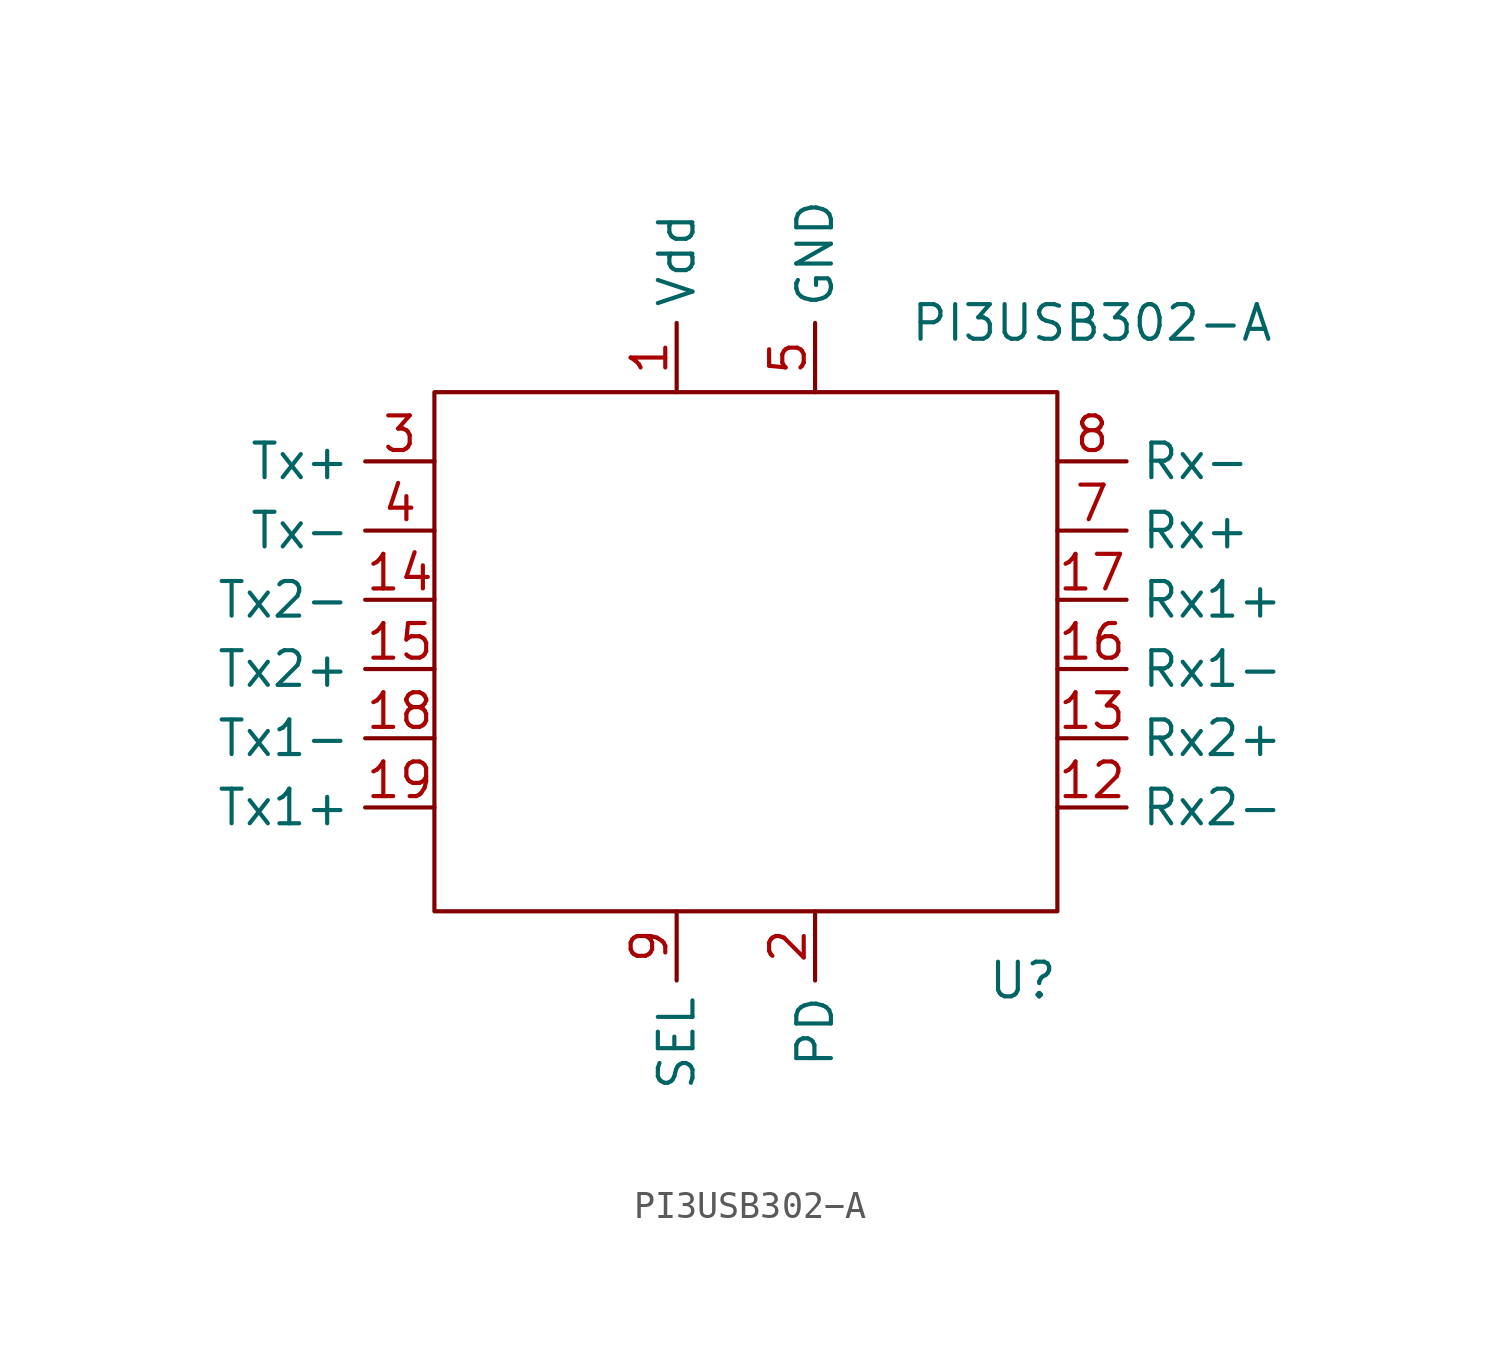
<source format=kicad_sym>
(kicad_symbol_lib
  (version 20211014)
  (generator kicad_symbol_editor)
  (symbol "PI3USB302−A"
    (property "Reference" "U"
      (at 10.16 -12.7 0)
      (effects (font (size 1.27 1.27))))
    (property "Value" "PI3USB302−A"
      (at 12.7 11.43 0)
      (effects (font (size 1.27 1.27))))
    (symbol "PI3USB302−A_0_1"
      (rectangle (start -11.43 8.89) (end 11.43 -10.16) (stroke (width 0) (type default) (color 0 0 0 0)) (fill (type none))))
    (symbol "PI3USB302−A_1_1"
      (pin input line (at -2.54 8.89 90) (length 2.54) (name "Vdd" (effects (font (size 1.27 1.27)))) (number "1" (effects (font (size 1.27 1.27)))))
      (pin input line (at 11.43 -6.35 0) (length 2.54) (name "Rx2-" (effects (font (size 1.27 1.27)))) (number "12" (effects (font (size 1.27 1.27)))))
      (pin input line (at 11.43 -3.81 0) (length 2.54) (name "Rx2+" (effects (font (size 1.27 1.27)))) (number "13" (effects (font (size 1.27 1.27)))))
      (pin input line (at -11.43 1.27 180) (length 2.54) (name "Tx2-" (effects (font (size 1.27 1.27)))) (number "14" (effects (font (size 1.27 1.27)))))
      (pin input line (at -11.43 -1.27 180) (length 2.54) (name "Tx2+" (effects (font (size 1.27 1.27)))) (number "15" (effects (font (size 1.27 1.27)))))
      (pin input line (at 11.43 -1.27 0) (length 2.54) (name "Rx1-" (effects (font (size 1.27 1.27)))) (number "16" (effects (font (size 1.27 1.27)))))
      (pin input line (at 11.43 1.27 0) (length 2.54) (name "Rx1+" (effects (font (size 1.27 1.27)))) (number "17" (effects (font (size 1.27 1.27)))))
      (pin input line (at -11.43 -3.81 180) (length 2.54) (name "Tx1-" (effects (font (size 1.27 1.27)))) (number "18" (effects (font (size 1.27 1.27)))))
      (pin input line (at -11.43 -6.35 180) (length 2.54) (name "Tx1+" (effects (font (size 1.27 1.27)))) (number "19" (effects (font (size 1.27 1.27)))))
      (pin input line (at 2.54 -10.16 270) (length 2.54) (name "PD" (effects (font (size 1.27 1.27)))) (number "2" (effects (font (size 1.27 1.27)))))
      (pin input line (at -11.43 6.35 180) (length 2.54) (name "Tx+" (effects (font (size 1.27 1.27)))) (number "3" (effects (font (size 1.27 1.27)))))
      (pin input line (at -11.43 3.81 180) (length 2.54) (name "Tx-" (effects (font (size 1.27 1.27)))) (number "4" (effects (font (size 1.27 1.27)))))
      (pin input line (at 2.54 8.89 90) (length 2.54) (name "GND" (effects (font (size 1.27 1.27)))) (number "5" (effects (font (size 1.27 1.27)))))
      (pin input line (at 11.43 3.81 0) (length 2.54) (name "Rx+" (effects (font (size 1.27 1.27)))) (number "7" (effects (font (size 1.27 1.27)))))
      (pin input line (at 11.43 6.35 0) (length 2.54) (name "Rx-" (effects (font (size 1.27 1.27)))) (number "8" (effects (font (size 1.27 1.27)))))
      (pin input line (at -2.54 -10.16 270) (length 2.54) (name "SEL" (effects (font (size 1.27 1.27)))) (number "9" (effects (font (size 1.27 1.27))))))))
</source>
